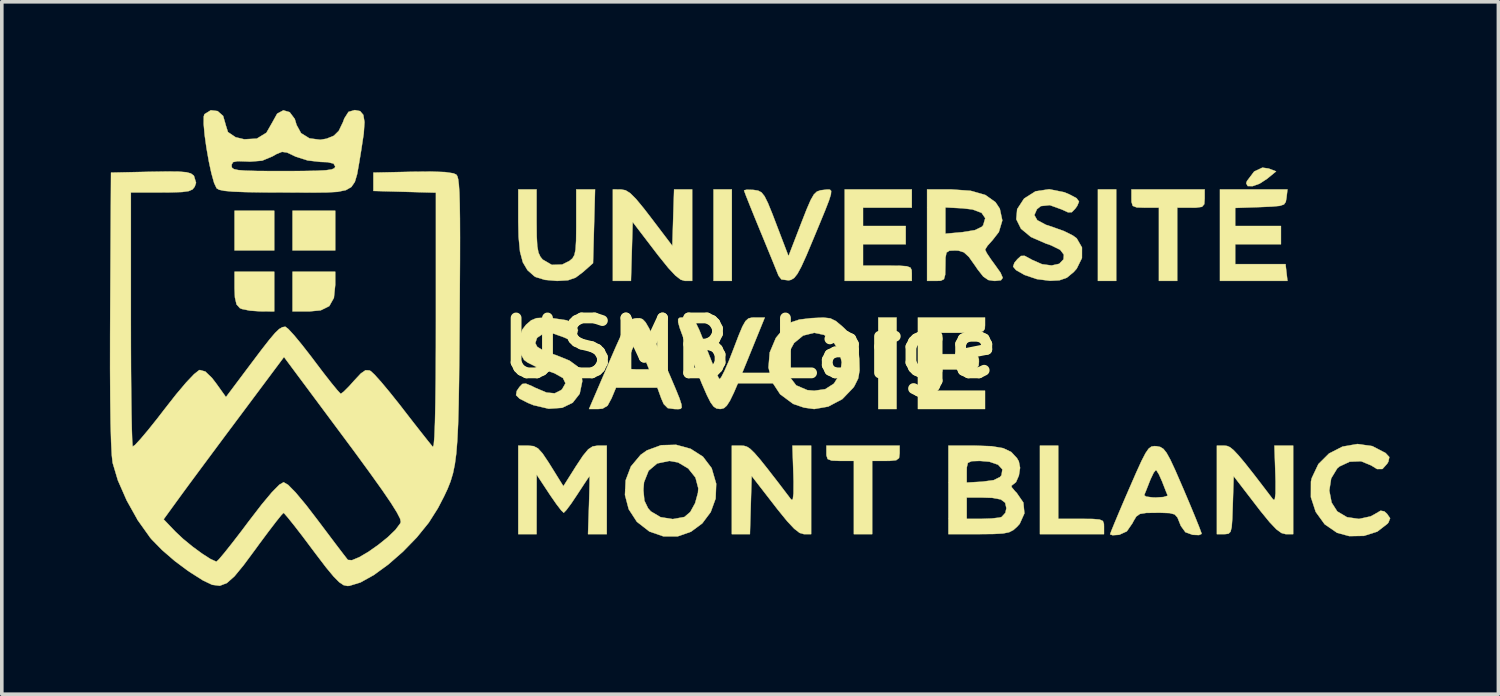
<source format=kicad_pcb>
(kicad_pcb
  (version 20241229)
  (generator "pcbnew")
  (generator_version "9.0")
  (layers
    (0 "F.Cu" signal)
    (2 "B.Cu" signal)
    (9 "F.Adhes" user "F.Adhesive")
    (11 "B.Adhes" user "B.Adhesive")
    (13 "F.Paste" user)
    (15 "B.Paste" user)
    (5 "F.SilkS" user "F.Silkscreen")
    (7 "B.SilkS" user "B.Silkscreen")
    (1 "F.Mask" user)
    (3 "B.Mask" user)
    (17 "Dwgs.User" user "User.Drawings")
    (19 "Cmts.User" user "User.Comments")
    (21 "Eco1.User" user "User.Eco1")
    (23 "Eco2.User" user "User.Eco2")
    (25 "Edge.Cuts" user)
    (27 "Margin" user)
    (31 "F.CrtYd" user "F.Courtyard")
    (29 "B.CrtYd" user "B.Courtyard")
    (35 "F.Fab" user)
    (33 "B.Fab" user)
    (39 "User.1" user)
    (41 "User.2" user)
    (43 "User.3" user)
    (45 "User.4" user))
  (footprint "USMB_Large"
    (layer "F.Cu")
    (at 17.769 6.609)
    (property "Reference" "USMB_Large" (at 0 0 0) (layer "F.SilkS") (effects (font (size 1.524 1.524) (thickness 0.3))))
    (attr through_hole)
    (fp_poly (pts (xy -13.208 -2.709) (xy -14.309 -2.709) (xy -14.309 -3.81) (xy -13.208 -3.81) (xy -13.208 -2.709)) (stroke (width 0.01) (type solid)) (fill yes) (layer "F.SilkS"))
    (fp_poly (pts (xy -11.515 -2.709) (xy -12.7 -2.709) (xy -12.7 -3.81) (xy -11.515 -3.81) (xy -11.515 -2.709)) (stroke (width 0.01) (type solid)) (fill yes) (layer "F.SilkS"))
    (fp_poly (pts (xy -0.508 -1.863) (xy -1.016 -1.863) (xy -1.016 -4.403) (xy -0.508 -4.403) (xy -0.508 -1.863)) (stroke (width 0.01) (type solid)) (fill yes) (layer "F.SilkS"))
    (fp_poly (pts (xy 4.064 1.693) (xy 3.556 1.693) (xy 3.556 -0.847) (xy 4.064 -0.847) (xy 4.064 1.693)) (stroke (width 0.01) (type solid)) (fill yes) (layer "F.SilkS"))
    (fp_poly (pts (xy 10.16 -1.863) (xy 9.652 -1.863) (xy 9.652 -4.403) (xy 10.16 -4.403) (xy 10.16 -1.863)) (stroke (width 0.01) (type solid)) (fill yes) (layer "F.SilkS"))
    (fp_poly (pts (xy -11.515 -1.755) (xy -11.552 -1.393) (xy -11.68 -1.164) (xy -11.919 -1.046) (xy -12.239 -1.016) (xy -12.7 -1.016) (xy -12.7 -2.117) (xy -11.515 -2.117) (xy -11.515 -1.755)) (stroke (width 0.01) (type solid)) (fill yes) (layer "F.SilkS"))
    (fp_poly (pts (xy -13.208 -1.016) (xy -13.61 -1.019) (xy -13.884 -1.038) (xy -14.103 -1.083) (xy -14.161 -1.107) (xy -14.254 -1.21) (xy -14.299 -1.405) (xy -14.309 -1.655) (xy -14.309 -2.117) (xy -13.208 -2.117) (xy -13.208 -1.016)) (stroke (width 0.01) (type solid)) (fill yes) (layer "F.SilkS"))
    (fp_poly (pts (xy 14.39 -4.982) (xy 14.598 -4.903) (xy 14.348 -4.698) (xy 14.139 -4.562) (xy 13.947 -4.493) (xy 13.81 -4.495) (xy 13.767 -4.572) (xy 13.79 -4.636) (xy 13.989 -4.899) (xy 14.217 -5.006) (xy 14.39 -4.982)) (stroke (width 0.01) (type solid)) (fill yes) (layer "F.SilkS"))
    (fp_poly (pts (xy 8.551 4.741) (xy 9.186 4.741) (xy 9.509 4.744) (xy 9.699 4.76) (xy 9.79 4.801) (xy 9.819 4.879) (xy 9.821 4.953) (xy 9.821 5.165) (xy 8.043 5.165) (xy 8.043 2.709) (xy 8.551 2.709) (xy 8.551 4.741)) (stroke (width 0.01) (type solid)) (fill yes) (layer "F.SilkS"))
    (fp_poly (pts (xy 4.149 2.921) (xy 4.133 3.052) (xy 4.055 3.113) (xy 3.87 3.132) (xy 3.768 3.133) (xy 3.387 3.133) (xy 3.387 5.165) (xy 2.879 5.165) (xy 2.879 3.133) (xy 2.498 3.133) (xy 2.263 3.124) (xy 2.151 3.081) (xy 2.118 2.978) (xy 2.117 2.921) (xy 2.117 2.709) (xy 4.149 2.709) (xy 4.149 2.921)) (stroke (width 0.01) (type solid)) (fill yes) (layer "F.SilkS"))
    (fp_poly (pts (xy 12.615 -4.149) (xy 12.604 -3.992) (xy 12.541 -3.919) (xy 12.378 -3.896) (xy 12.234 -3.895) (xy 11.853 -3.895) (xy 11.853 -1.863) (xy 11.345 -1.863) (xy 11.345 -3.895) (xy 10.964 -3.895) (xy 10.73 -3.902) (xy 10.619 -3.945) (xy 10.585 -4.053) (xy 10.583 -4.149) (xy 10.583 -4.403) (xy 12.615 -4.403) (xy 12.615 -4.149)) (stroke (width 0.01) (type solid)) (fill yes) (layer "F.SilkS"))
    (fp_poly (pts (xy 4.487 -3.895) (xy 3.133 -3.895) (xy 3.133 -3.387) (xy 4.318 -3.387) (xy 4.318 -2.879) (xy 3.133 -2.879) (xy 3.133 -2.286) (xy 3.81 -2.286) (xy 4.146 -2.284) (xy 4.347 -2.27) (xy 4.448 -2.233) (xy 4.483 -2.164) (xy 4.487 -2.074) (xy 4.487 -1.863) (xy 2.625 -1.863) (xy 2.625 -4.403) (xy 4.487 -4.403) (xy 4.487 -3.895)) (stroke (width 0.01) (type solid)) (fill yes) (layer "F.SilkS"))
    (fp_poly (pts (xy 14.886 -4.17) (xy 14.866 -4.056) (xy 14.816 -3.985) (xy 14.7 -3.946) (xy 14.484 -3.926) (xy 14.161 -3.912) (xy 13.462 -3.888) (xy 13.462 -3.387) (xy 14.732 -3.387) (xy 14.732 -2.879) (xy 13.462 -2.879) (xy 13.462 -2.603) (xy 13.462 -2.328) (xy 14.859 -2.328) (xy 14.886 -2.095) (xy 14.913 -1.863) (xy 13.039 -1.863) (xy 13.039 -4.403) (xy 14.913 -4.403) (xy 14.886 -4.17)) (stroke (width 0.01) (type solid)) (fill yes) (layer "F.SilkS"))
    (fp_poly (pts (xy -1.609 -1.863) (xy -1.809 -1.863) (xy -1.926 -1.897) (xy -2.073 -2.011) (xy -2.271 -2.223) (xy -2.537 -2.553) (xy -2.635 -2.68) (xy -3.26 -3.498) (xy -3.284 -2.68) (xy -3.308 -1.863) (xy -3.81 -1.863) (xy -3.81 -4.403) (xy -3.577 -4.4) (xy -3.457 -4.378) (xy -3.328 -4.297) (xy -3.167 -4.137) (xy -2.95 -3.874) (xy -2.752 -3.617) (xy -2.159 -2.836) (xy -2.135 -3.619) (xy -2.11 -4.403) (xy -1.609 -4.403) (xy -1.609 -1.863)) (stroke (width 0.01) (type solid)) (fill yes) (layer "F.SilkS"))
    (fp_poly (pts (xy 6.519 -0.635) (xy 6.513 -0.533) (xy 6.471 -0.47) (xy 6.359 -0.437) (xy 6.145 -0.425) (xy 5.8 -0.423) (xy 5.08 -0.423) (xy 5.08 0.169) (xy 5.715 0.169) (xy 6.038 0.172) (xy 6.227 0.188) (xy 6.319 0.229) (xy 6.348 0.307) (xy 6.35 0.381) (xy 6.342 0.489) (xy 6.295 0.552) (xy 6.172 0.582) (xy 5.938 0.592) (xy 5.715 0.593) (xy 5.08 0.593) (xy 5.08 1.185) (xy 6.519 1.185) (xy 6.519 1.693) (xy 4.657 1.693) (xy 4.657 -0.847) (xy 6.519 -0.847) (xy 6.519 -0.635)) (stroke (width 0.01) (type solid)) (fill yes) (layer "F.SilkS"))
    (fp_poly (pts (xy -0.171 2.714) (xy -0.09 2.738) (xy 0.001 2.797) (xy 0.118 2.91) (xy 0.276 3.092) (xy 0.489 3.359) (xy 0.775 3.728) (xy 1.143 4.211) (xy 1.184 4.201) (xy 1.204 4.034) (xy 1.206 3.706) (xy 1.201 3.516) (xy 1.174 2.709) (xy 1.693 2.709) (xy 1.693 5.165) (xy 1.492 5.165) (xy 1.374 5.131) (xy 1.225 5.016) (xy 1.025 4.803) (xy 0.756 4.472) (xy 0.667 4.357) (xy 0.042 3.55) (xy 0.018 4.357) (xy -0.006 5.165) (xy -0.508 5.165) (xy -0.508 2.709) (xy -0.258 2.709) (xy -0.171 2.714)) (stroke (width 0.01) (type solid)) (fill yes) (layer "F.SilkS"))
    (fp_poly (pts (xy 13.238 2.718) (xy 13.318 2.753) (xy 13.417 2.833) (xy 13.55 2.974) (xy 13.732 3.191) (xy 13.977 3.501) (xy 14.3 3.922) (xy 14.52 4.211) (xy 14.561 4.201) (xy 14.582 4.034) (xy 14.583 3.706) (xy 14.578 3.516) (xy 14.551 2.709) (xy 15.071 2.709) (xy 15.071 5.165) (xy 14.863 5.165) (xy 14.746 5.134) (xy 14.604 5.03) (xy 14.416 4.832) (xy 14.162 4.521) (xy 14.038 4.36) (xy 13.42 3.556) (xy 13.395 4.36) (xy 13.382 4.733) (xy 13.365 4.968) (xy 13.333 5.097) (xy 13.278 5.152) (xy 13.191 5.164) (xy 13.163 5.165) (xy 12.954 5.165) (xy 12.954 2.709) (xy 13.162 2.709) (xy 13.238 2.718)) (stroke (width 0.01) (type solid)) (fill yes) (layer "F.SilkS"))
    (fp_poly (pts (xy -5.927 -3.514) (xy -5.923 -3.104) (xy -5.908 -2.828) (xy -5.875 -2.648) (xy -5.819 -2.529) (xy -5.757 -2.455) (xy -5.504 -2.308) (xy -5.216 -2.317) (xy -5.014 -2.418) (xy -4.931 -2.488) (xy -4.877 -2.582) (xy -4.845 -2.733) (xy -4.83 -2.976) (xy -4.826 -3.345) (xy -4.826 -3.476) (xy -4.826 -4.403) (xy -4.304 -4.403) (xy -4.332 -3.38) (xy -4.36 -2.356) (xy -4.637 -2.11) (xy -4.843 -1.955) (xy -5.054 -1.881) (xy -5.352 -1.863) (xy -5.359 -1.863) (xy -5.695 -1.892) (xy -5.949 -1.969) (xy -5.993 -1.995) (xy -6.18 -2.162) (xy -6.308 -2.379) (xy -6.387 -2.676) (xy -6.426 -3.084) (xy -6.435 -3.509) (xy -6.435 -4.403) (xy -5.927 -4.403) (xy -5.927 -3.514)) (stroke (width 0.01) (type solid)) (fill yes) (layer "F.SilkS"))
    (fp_poly (pts (xy -6.009 2.723) (xy -5.888 2.786) (xy -5.76 2.927) (xy -5.593 3.176) (xy -5.533 3.272) (xy -5.183 3.835) (xy -4.828 3.272) (xy -4.636 2.983) (xy -4.494 2.812) (xy -4.37 2.731) (xy -4.232 2.709) (xy -4.226 2.709) (xy -3.979 2.709) (xy -3.979 5.165) (xy -4.499 5.165) (xy -4.472 4.36) (xy -4.462 4.015) (xy -4.456 3.743) (xy -4.455 3.583) (xy -4.457 3.556) (xy -4.505 3.621) (xy -4.62 3.794) (xy -4.779 4.037) (xy -4.796 4.063) (xy -4.963 4.313) (xy -5.098 4.494) (xy -5.172 4.571) (xy -5.175 4.571) (xy -5.243 4.506) (xy -5.376 4.333) (xy -5.547 4.087) (xy -5.576 4.043) (xy -5.925 3.514) (xy -5.927 5.165) (xy -6.435 5.165) (xy -6.435 2.709) (xy -6.159 2.709) (xy -6.009 2.723)) (stroke (width 0.01) (type solid)) (fill yes) (layer "F.SilkS"))
    (fp_poly (pts (xy 17.267 2.722) (xy 17.637 2.915) (xy 17.74 3.027) (xy 17.713 3.155) (xy 17.681 3.21) (xy 17.549 3.357) (xy 17.4 3.359) (xy 17.235 3.257) (xy 16.955 3.142) (xy 16.639 3.155) (xy 16.353 3.289) (xy 16.294 3.34) (xy 16.126 3.618) (xy 16.074 3.955) (xy 16.138 4.289) (xy 16.294 4.534) (xy 16.565 4.695) (xy 16.897 4.743) (xy 17.223 4.672) (xy 17.346 4.604) (xy 17.498 4.515) (xy 17.601 4.534) (xy 17.675 4.6) (xy 17.762 4.724) (xy 17.715 4.844) (xy 17.688 4.877) (xy 17.406 5.095) (xy 17.035 5.213) (xy 16.63 5.22) (xy 16.291 5.129) (xy 15.946 4.892) (xy 15.697 4.548) (xy 15.563 4.138) (xy 15.565 3.707) (xy 15.587 3.609) (xy 15.771 3.221) (xy 16.068 2.926) (xy 16.441 2.736) (xy 16.852 2.664) (xy 17.267 2.722)) (stroke (width 0.01) (type solid)) (fill yes) (layer "F.SilkS"))
    (fp_poly (pts (xy -1.653 2.796) (xy -1.31 3.015) (xy -1.07 3.331) (xy -1.067 3.337) (xy -0.942 3.766) (xy -0.958 4.179) (xy -1.094 4.553) (xy -1.329 4.867) (xy -1.641 5.098) (xy -2.008 5.226) (xy -2.409 5.226) (xy -2.795 5.093) (xy -3.143 4.823) (xy -3.37 4.473) (xy -3.474 4.077) (xy -3.467 3.937) (xy -2.963 3.937) (xy -2.935 4.235) (xy -2.833 4.446) (xy -2.756 4.534) (xy -2.487 4.694) (xy -2.149 4.748) (xy -1.824 4.689) (xy -1.662 4.551) (xy -1.527 4.306) (xy -1.448 4.017) (xy -1.439 3.892) (xy -1.517 3.595) (xy -1.719 3.342) (xy -2.001 3.175) (xy -2.241 3.133) (xy -2.579 3.203) (xy -2.818 3.405) (xy -2.945 3.725) (xy -2.963 3.937) (xy -3.467 3.937) (xy -3.454 3.67) (xy -3.309 3.287) (xy -3.039 2.964) (xy -2.865 2.841) (xy -2.473 2.697) (xy -2.055 2.686) (xy -1.653 2.796)) (stroke (width 0.01) (type solid)) (fill yes) (layer "F.SilkS"))
    (fp_poly (pts (xy -1.794 -0.847) (xy -1.676 -0.839) (xy -1.586 -0.796) (xy -1.502 -0.689) (xy -1.407 -0.491) (xy -1.28 -0.173) (xy -1.222 -0.021) (xy -1.086 0.327) (xy -0.969 0.616) (xy -0.885 0.807) (xy -0.854 0.865) (xy -0.805 0.816) (xy -0.713 0.637) (xy -0.591 0.357) (xy -0.467 0.04) (xy -0.32 -0.345) (xy -0.214 -0.598) (xy -0.129 -0.748) (xy -0.047 -0.821) (xy 0.051 -0.845) (xy 0.137 -0.847) (xy 0.407 -0.847) (xy -0.11 0.423) (xy -0.305 0.898) (xy -0.451 1.238) (xy -0.561 1.464) (xy -0.649 1.6) (xy -0.726 1.668) (xy -0.807 1.69) (xy -0.842 1.691) (xy -0.933 1.678) (xy -1.013 1.625) (xy -1.099 1.508) (xy -1.203 1.302) (xy -1.341 0.985) (xy -1.511 0.569) (xy -1.715 0.065) (xy -1.861 -0.303) (xy -1.954 -0.557) (xy -1.998 -0.716) (xy -1.998 -0.804) (xy -1.957 -0.841) (xy -1.88 -0.848) (xy -1.794 -0.847)) (stroke (width 0.01) (type solid)) (fill yes) (layer "F.SilkS"))
    (fp_poly (pts (xy 2.213 -4.397) (xy 2.249 -4.36) (xy 2.242 -4.266) (xy 2.189 -4.096) (xy 2.085 -3.828) (xy 1.926 -3.441) (xy 1.745 -3.006) (xy 1.56 -2.565) (xy 1.421 -2.259) (xy 1.314 -2.061) (xy 1.224 -1.947) (xy 1.137 -1.893) (xy 1.067 -1.878) (xy 0.868 -1.904) (xy 0.789 -2.005) (xy 0.736 -2.137) (xy 0.633 -2.392) (xy 0.492 -2.736) (xy 0.328 -3.136) (xy 0.281 -3.249) (xy 0.118 -3.646) (xy -0.018 -3.983) (xy -0.117 -4.232) (xy -0.166 -4.364) (xy -0.169 -4.376) (xy -0.096 -4.394) (xy 0.083 -4.389) (xy 0.102 -4.387) (xy 0.222 -4.368) (xy 0.315 -4.319) (xy 0.4 -4.213) (xy 0.495 -4.022) (xy 0.619 -3.718) (xy 0.719 -3.456) (xy 1.065 -2.551) (xy 1.414 -3.456) (xy 1.567 -3.846) (xy 1.679 -4.105) (xy 1.769 -4.262) (xy 1.855 -4.343) (xy 1.956 -4.378) (xy 2.032 -4.387) (xy 2.139 -4.4) (xy 2.213 -4.397)) (stroke (width 0.01) (type solid)) (fill yes) (layer "F.SilkS"))
    (fp_poly (pts (xy -2.983 -0.799) (xy -2.902 -0.714) (xy -2.806 -0.549) (xy -2.68 -0.284) (xy -2.509 0.107) (xy -2.437 0.273) (xy -2.219 0.778) (xy -2.062 1.147) (xy -1.959 1.402) (xy -1.907 1.563) (xy -1.899 1.652) (xy -1.932 1.689) (xy -2 1.696) (xy -2.099 1.693) (xy -2.102 1.693) (xy -2.287 1.667) (xy -2.399 1.554) (xy -2.467 1.397) (xy -2.574 1.101) (xy -3.723 1.101) (xy -3.847 1.397) (xy -3.957 1.6) (xy -4.095 1.682) (xy -4.222 1.693) (xy -4.472 1.693) (xy -3.976 0.539) (xy -3.444 0.539) (xy -3.361 0.582) (xy -3.146 0.593) (xy -2.803 0.593) (xy -2.933 0.275) (xy -3.055 0.007) (xy -3.145 -0.107) (xy -3.219 -0.079) (xy -3.283 0.057) (xy -3.367 0.284) (xy -3.429 0.445) (xy -3.444 0.539) (xy -3.976 0.539) (xy -3.936 0.445) (xy -3.732 -0.024) (xy -3.58 -0.36) (xy -3.464 -0.584) (xy -3.372 -0.721) (xy -3.288 -0.793) (xy -3.2 -0.822) (xy -3.16 -0.827) (xy -3.064 -0.829) (xy -2.983 -0.799)) (stroke (width 0.01) (type solid)) (fill yes) (layer "F.SilkS"))
    (fp_poly (pts (xy 2.225 -0.824) (xy 2.382 -0.747) (xy 2.566 -0.592) (xy 2.633 -0.529) (xy 2.841 -0.321) (xy 2.954 -0.143) (xy 3.007 0.077) (xy 3.028 0.306) (xy 3.037 0.622) (xy 2.999 0.844) (xy 2.899 1.046) (xy 2.863 1.101) (xy 2.558 1.418) (xy 2.167 1.625) (xy 1.778 1.693) (xy 1.495 1.653) (xy 1.207 1.555) (xy 1.187 1.545) (xy 0.834 1.284) (xy 0.607 0.938) (xy 0.509 0.54) (xy 0.519 0.421) (xy 1.016 0.421) (xy 1.084 0.782) (xy 1.278 1.036) (xy 1.587 1.168) (xy 1.778 1.185) (xy 2.084 1.142) (xy 2.316 0.994) (xy 2.332 0.978) (xy 2.501 0.705) (xy 2.542 0.393) (xy 2.469 0.083) (xy 2.3 -0.184) (xy 2.05 -0.366) (xy 1.778 -0.423) (xy 1.471 -0.346) (xy 1.219 -0.139) (xy 1.057 0.159) (xy 1.016 0.421) (xy 0.519 0.421) (xy 0.544 0.123) (xy 0.714 -0.28) (xy 0.968 -0.589) (xy 1.144 -0.716) (xy 1.366 -0.79) (xy 1.694 -0.829) (xy 1.732 -0.831) (xy 2.03 -0.845) (xy 2.225 -0.824)) (stroke (width 0.01) (type solid)) (fill yes) (layer "F.SilkS"))
    (fp_poly (pts (xy 5.567 -4.403) (xy 6.119 -4.364) (xy 6.529 -4.247) (xy 6.81 -4.047) (xy 6.929 -3.867) (xy 6.999 -3.541) (xy 6.903 -3.22) (xy 6.728 -2.995) (xy 6.588 -2.839) (xy 6.523 -2.734) (xy 6.522 -2.727) (xy 6.57 -2.63) (xy 6.691 -2.45) (xy 6.776 -2.334) (xy 6.949 -2.091) (xy 7.011 -1.948) (xy 6.961 -1.881) (xy 6.799 -1.863) (xy 6.774 -1.863) (xy 6.61 -1.888) (xy 6.469 -1.985) (xy 6.309 -2.189) (xy 6.245 -2.284) (xy 6.072 -2.528) (xy 5.933 -2.656) (xy 5.782 -2.703) (xy 5.694 -2.708) (xy 5.531 -2.701) (xy 5.45 -2.649) (xy 5.422 -2.509) (xy 5.419 -2.286) (xy 5.413 -2.035) (xy 5.379 -1.91) (xy 5.29 -1.867) (xy 5.165 -1.863) (xy 4.911 -1.863) (xy 4.911 -3.173) (xy 5.419 -3.173) (xy 5.897 -3.216) (xy 6.239 -3.272) (xy 6.432 -3.366) (xy 6.468 -3.408) (xy 6.525 -3.604) (xy 6.424 -3.752) (xy 6.17 -3.846) (xy 5.897 -3.878) (xy 5.419 -3.903) (xy 5.419 -3.173) (xy 4.911 -3.173) (xy 4.911 -4.403) (xy 5.567 -4.403)) (stroke (width 0.01) (type solid)) (fill yes) (layer "F.SilkS"))
    (fp_poly (pts (xy -5.495 -0.83) (xy -5.094 -0.77) (xy -4.855 -0.659) (xy -4.777 -0.497) (xy -4.821 -0.348) (xy -4.9 -0.232) (xy -4.997 -0.22) (xy -5.164 -0.296) (xy -5.474 -0.406) (xy -5.734 -0.403) (xy -5.907 -0.288) (xy -5.922 -0.263) (xy -5.962 -0.136) (xy -5.909 -0.033) (xy -5.742 0.067) (xy -5.436 0.182) (xy -5.383 0.199) (xy -5.014 0.349) (xy -4.788 0.514) (xy -4.68 0.723) (xy -4.659 0.923) (xy -4.731 1.27) (xy -4.925 1.518) (xy -5.218 1.659) (xy -5.589 1.685) (xy -6.016 1.585) (xy -6.16 1.526) (xy -6.398 1.406) (xy -6.497 1.307) (xy -6.477 1.191) (xy -6.403 1.082) (xy -6.322 0.997) (xy -6.226 0.987) (xy -6.06 1.055) (xy -5.965 1.103) (xy -5.65 1.236) (xy -5.423 1.257) (xy -5.246 1.168) (xy -5.217 1.141) (xy -5.125 0.978) (xy -5.195 0.832) (xy -5.43 0.7) (xy -5.648 0.626) (xy -5.937 0.523) (xy -6.177 0.402) (xy -6.274 0.33) (xy -6.413 0.082) (xy -6.428 -0.219) (xy -6.323 -0.513) (xy -6.217 -0.649) (xy -6.075 -0.771) (xy -5.928 -0.83) (xy -5.714 -0.842) (xy -5.495 -0.83)) (stroke (width 0.01) (type solid)) (fill yes) (layer "F.SilkS"))
    (fp_poly (pts (xy 8.717 -4.324) (xy 8.856 -4.266) (xy 9.061 -4.157) (xy 9.128 -4.065) (xy 9.077 -3.943) (xy 9.022 -3.867) (xy 8.928 -3.77) (xy 8.823 -3.766) (xy 8.648 -3.846) (xy 8.316 -3.966) (xy 8.068 -3.939) (xy 7.96 -3.853) (xy 7.888 -3.69) (xy 7.969 -3.548) (xy 8.208 -3.42) (xy 8.422 -3.349) (xy 8.714 -3.244) (xy 8.959 -3.121) (xy 9.063 -3.045) (xy 9.21 -2.791) (xy 9.209 -2.498) (xy 9.065 -2.205) (xy 8.981 -2.11) (xy 8.789 -1.951) (xy 8.586 -1.88) (xy 8.325 -1.866) (xy 7.958 -1.913) (xy 7.622 -2.026) (xy 7.599 -2.038) (xy 7.38 -2.163) (xy 7.298 -2.259) (xy 7.334 -2.365) (xy 7.416 -2.464) (xy 7.516 -2.555) (xy 7.616 -2.559) (xy 7.781 -2.472) (xy 7.818 -2.45) (xy 8.101 -2.326) (xy 8.367 -2.291) (xy 8.579 -2.338) (xy 8.698 -2.462) (xy 8.707 -2.592) (xy 8.606 -2.725) (xy 8.351 -2.851) (xy 8.212 -2.899) (xy 7.794 -3.081) (xy 7.517 -3.311) (xy 7.387 -3.574) (xy 7.411 -3.854) (xy 7.596 -4.138) (xy 7.613 -4.155) (xy 7.922 -4.35) (xy 8.301 -4.407) (xy 8.717 -4.324)) (stroke (width 0.01) (type solid)) (fill yes) (layer "F.SilkS"))
    (fp_poly (pts (xy 6.702 2.725) (xy 7.024 2.78) (xy 7.247 2.886) (xy 7.405 3.056) (xy 7.457 3.145) (xy 7.492 3.324) (xy 7.459 3.538) (xy 7.379 3.722) (xy 7.27 3.809) (xy 7.259 3.81) (xy 7.256 3.859) (xy 7.356 3.979) (xy 7.396 4.018) (xy 7.583 4.289) (xy 7.612 4.588) (xy 7.483 4.877) (xy 7.412 4.957) (xy 7.305 5.052) (xy 7.186 5.113) (xy 7.016 5.147) (xy 6.757 5.161) (xy 6.37 5.165) (xy 6.354 5.165) (xy 5.503 5.165) (xy 5.503 4.149) (xy 6.011 4.149) (xy 6.011 4.741) (xy 6.428 4.741) (xy 6.701 4.731) (xy 6.917 4.706) (xy 6.978 4.69) (xy 7.084 4.574) (xy 7.112 4.445) (xy 7.078 4.293) (xy 6.957 4.202) (xy 6.719 4.158) (xy 6.428 4.149) (xy 6.011 4.149) (xy 5.503 4.149) (xy 5.503 3.433) (xy 6.011 3.433) (xy 6.011 3.734) (xy 6.447 3.709) (xy 6.759 3.667) (xy 6.936 3.579) (xy 6.976 3.53) (xy 7.001 3.368) (xy 6.881 3.238) (xy 6.639 3.155) (xy 6.376 3.133) (xy 6.149 3.14) (xy 6.043 3.187) (xy 6.013 3.313) (xy 6.011 3.433) (xy 5.503 3.433) (xy 5.503 2.709) (xy 6.246 2.709) (xy 6.702 2.725)) (stroke (width 0.01) (type solid)) (fill yes) (layer "F.SilkS"))
    (fp_poly (pts (xy 11.285 2.726) (xy 11.383 2.746) (xy 11.469 2.799) (xy 11.557 2.908) (xy 11.662 3.098) (xy 11.799 3.392) (xy 11.982 3.813) (xy 12.03 3.924) (xy 12.205 4.337) (xy 12.353 4.694) (xy 12.463 4.968) (xy 12.523 5.129) (xy 12.531 5.158) (xy 12.458 5.191) (xy 12.284 5.184) (xy 12.279 5.183) (xy 12.08 5.111) (xy 11.954 4.937) (xy 11.923 4.859) (xy 11.86 4.703) (xy 11.781 4.617) (xy 11.642 4.581) (xy 11.394 4.572) (xy 11.285 4.572) (xy 10.992 4.576) (xy 10.819 4.604) (xy 10.717 4.675) (xy 10.636 4.811) (xy 10.612 4.86) (xy 10.455 5.087) (xy 10.245 5.183) (xy 10.233 5.184) (xy 10.06 5.195) (xy 9.99 5.171) (xy 10.022 5.081) (xy 10.111 4.863) (xy 10.244 4.545) (xy 10.41 4.156) (xy 10.441 4.085) (xy 10.937 4.085) (xy 10.993 4.124) (xy 11.169 4.146) (xy 11.261 4.149) (xy 11.47 4.135) (xy 11.58 4.102) (xy 11.585 4.085) (xy 11.538 3.971) (xy 11.458 3.767) (xy 11.434 3.704) (xy 11.345 3.505) (xy 11.275 3.394) (xy 11.261 3.387) (xy 11.201 3.458) (xy 11.116 3.635) (xy 11.088 3.704) (xy 11.003 3.921) (xy 10.944 4.067) (xy 10.937 4.085) (xy 10.441 4.085) (xy 10.516 3.912) (xy 10.716 3.454) (xy 10.864 3.13) (xy 10.974 2.917) (xy 11.06 2.793) (xy 11.138 2.735) (xy 11.221 2.722) (xy 11.285 2.726)) (stroke (width 0.01) (type solid)) (fill yes) (layer "F.SilkS"))
    (fp_poly (pts (xy -10.824 -6.575) (xy -10.736 -6.471) (xy -10.703 -6.272) (xy -10.724 -5.955) (xy -10.793 -5.498) (xy -10.795 -5.485) (xy -10.857 -5.108) (xy -10.908 -4.822) (xy -10.97 -4.613) (xy -11.066 -4.471) (xy -11.218 -4.383) (xy -11.448 -4.335) (xy -11.778 -4.317) (xy -12.23 -4.315) (xy -12.827 -4.318) (xy -12.899 -4.318) (xy -13.529 -4.32) (xy -14.009 -4.328) (xy -14.357 -4.341) (xy -14.593 -4.363) (xy -14.737 -4.393) (xy -14.806 -4.433) (xy -14.807 -4.434) (xy -14.877 -4.583) (xy -14.951 -4.848) (xy -14.997 -5.059) (xy -14.393 -5.059) (xy -14.381 -5.005) (xy -14.327 -4.965) (xy -14.208 -4.939) (xy -14.002 -4.923) (xy -13.685 -4.914) (xy -13.233 -4.911) (xy -12.954 -4.911) (xy -12.421 -4.913) (xy -12.034 -4.92) (xy -11.773 -4.934) (xy -11.614 -4.957) (xy -11.535 -4.992) (xy -11.515 -5.038) (xy -11.562 -5.119) (xy -11.724 -5.158) (xy -11.92 -5.165) (xy -12.279 -5.206) (xy -12.613 -5.312) (xy -12.645 -5.328) (xy -12.853 -5.426) (xy -12.992 -5.445) (xy -13.143 -5.385) (xy -13.256 -5.32) (xy -13.544 -5.2) (xy -13.883 -5.173) (xy -13.97 -5.178) (xy -14.225 -5.186) (xy -14.352 -5.159) (xy -14.392 -5.085) (xy -14.393 -5.059) (xy -14.997 -5.059) (xy -15.024 -5.186) (xy -15.089 -5.555) (xy -15.139 -5.913) (xy -15.166 -6.218) (xy -15.164 -6.427) (xy -15.144 -6.49) (xy -14.968 -6.599) (xy -14.779 -6.576) (xy -14.627 -6.442) (xy -14.563 -6.223) (xy -14.563 -6.216) (xy -14.493 -5.994) (xy -14.28 -5.85) (xy -14.041 -5.793) (xy -13.692 -5.812) (xy -13.425 -5.975) (xy -13.26 -6.264) (xy -13.127 -6.504) (xy -12.955 -6.597) (xy -12.78 -6.546) (xy -12.638 -6.357) (xy -12.588 -6.191) (xy -12.464 -5.964) (xy -12.23 -5.819) (xy -11.93 -5.78) (xy -11.754 -5.81) (xy -11.553 -5.892) (xy -11.416 -6.028) (xy -11.301 -6.267) (xy -11.263 -6.371) (xy -11.147 -6.554) (xy -10.972 -6.604) (xy -10.824 -6.575)) (stroke (width 0.01) (type solid)) (fill yes) (layer "F.SilkS"))
    (fp_poly (pts (xy -15.857 -4.896) (xy -15.648 -4.879) (xy -15.522 -4.845) (xy -15.449 -4.792) (xy -15.435 -4.775) (xy -15.378 -4.586) (xy -15.416 -4.476) (xy -15.474 -4.403) (xy -15.579 -4.356) (xy -15.763 -4.33) (xy -16.06 -4.32) (xy -16.344 -4.318) (xy -17.187 -4.318) (xy -17.187 -0.818) (xy -17.186 -0.065) (xy -17.183 0.636) (xy -17.177 1.265) (xy -17.17 1.805) (xy -17.161 2.238) (xy -17.151 2.546) (xy -17.14 2.711) (xy -17.135 2.733) (xy -17.069 2.688) (xy -16.92 2.527) (xy -16.707 2.274) (xy -16.447 1.949) (xy -16.263 1.71) (xy -15.933 1.289) (xy -15.652 0.956) (xy -15.434 0.727) (xy -15.295 0.617) (xy -15.274 0.61) (xy -15.121 0.652) (xy -14.937 0.829) (xy -14.826 0.973) (xy -14.548 1.361) (xy -13.863 0.448) (xy -13.562 0.049) (xy -13.342 -0.233) (xy -13.184 -0.419) (xy -13.071 -0.527) (xy -12.983 -0.578) (xy -12.903 -0.591) (xy -12.899 -0.591) (xy -12.816 -0.527) (xy -12.654 -0.351) (xy -12.436 -0.087) (xy -12.182 0.239) (xy -12.107 0.339) (xy -11.851 0.677) (xy -11.629 0.961) (xy -11.462 1.165) (xy -11.37 1.264) (xy -11.36 1.27) (xy -11.28 1.211) (xy -11.129 1.06) (xy -10.995 0.91) (xy -10.804 0.706) (xy -10.675 0.617) (xy -10.569 0.621) (xy -10.527 0.642) (xy -10.421 0.741) (xy -10.236 0.947) (xy -9.996 1.235) (xy -9.724 1.576) (xy -9.629 1.699) (xy -9.357 2.05) (xy -9.117 2.356) (xy -8.932 2.59) (xy -8.821 2.726) (xy -8.803 2.745) (xy -8.781 2.685) (xy -8.762 2.459) (xy -8.747 2.072) (xy -8.735 1.525) (xy -8.726 0.825) (xy -8.722 -0.027) (xy -8.721 -0.742) (xy -8.721 -4.312) (xy -9.588 -4.336) (xy -10.456 -4.36) (xy -10.456 -4.868) (xy -9.367 -4.892) (xy -8.838 -4.897) (xy -8.465 -4.883) (xy -8.237 -4.849) (xy -8.156 -4.814) (xy -8.126 -4.77) (xy -8.102 -4.681) (xy -8.084 -4.533) (xy -8.069 -4.313) (xy -8.06 -4.005) (xy -8.054 -3.596) (xy -8.052 -3.072) (xy -8.053 -2.418) (xy -8.058 -1.621) (xy -8.063 -0.853) (xy -8.071 0.099) (xy -8.079 0.899) (xy -8.09 1.565) (xy -8.105 2.113) (xy -8.127 2.562) (xy -8.156 2.927) (xy -8.196 3.228) (xy -8.248 3.48) (xy -8.315 3.702) (xy -8.398 3.911) (xy -8.498 4.123) (xy -8.619 4.357) (xy -8.665 4.445) (xy -8.919 4.846) (xy -9.252 5.257) (xy -9.636 5.652) (xy -10.043 6.008) (xy -10.446 6.301) (xy -10.815 6.506) (xy -11.124 6.6) (xy -11.179 6.603) (xy -11.282 6.581) (xy -11.402 6.501) (xy -11.558 6.344) (xy -11.768 6.091) (xy -12.049 5.722) (xy -12.15 5.588) (xy -12.416 5.233) (xy -12.648 4.933) (xy -12.826 4.711) (xy -12.931 4.59) (xy -12.951 4.575) (xy -13.014 4.641) (xy -13.158 4.82) (xy -13.363 5.088) (xy -13.612 5.422) (xy -13.735 5.591) (xy -14.058 6.027) (xy -14.311 6.335) (xy -14.522 6.522) (xy -14.719 6.598) (xy -14.93 6.571) (xy -15.185 6.45) (xy -15.51 6.244) (xy -15.615 6.174) (xy -15.968 5.911) (xy -16.321 5.606) (xy -16.606 5.315) (xy -16.65 5.264) (xy -16.994 4.781) (xy -17.009 4.754) (xy -16.278 4.754) (xy -15.95 5.097) (xy -15.736 5.298) (xy -15.476 5.511) (xy -15.21 5.706) (xy -14.98 5.854) (xy -14.827 5.924) (xy -14.809 5.927) (xy -14.741 5.862) (xy -14.591 5.684) (xy -14.377 5.415) (xy -14.117 5.078) (xy -13.928 4.826) (xy -13.559 4.346) (xy -13.27 4) (xy -13.064 3.792) (xy -12.948 3.725) (xy -12.824 3.797) (xy -12.616 4.008) (xy -12.327 4.354) (xy -12.013 4.763) (xy -11.738 5.128) (xy -11.496 5.449) (xy -11.307 5.697) (xy -11.189 5.849) (xy -11.163 5.881) (xy -11.051 5.889) (xy -10.85 5.806) (xy -10.594 5.656) (xy -10.319 5.462) (xy -10.057 5.251) (xy -9.844 5.046) (xy -9.713 4.871) (xy -9.695 4.83) (xy -9.713 4.739) (xy -9.801 4.567) (xy -9.966 4.302) (xy -10.215 3.937) (xy -10.554 3.463) (xy -10.987 2.87) (xy -11.291 2.461) (xy -12.937 0.249) (xy -14.164 1.892) (xy -14.538 2.392) (xy -14.906 2.887) (xy -15.246 3.345) (xy -15.538 3.739) (xy -15.76 4.041) (xy -15.835 4.144) (xy -16.278 4.754) (xy -17.009 4.754) (xy -17.303 4.229) (xy -17.548 3.671) (xy -17.693 3.185) (xy -17.716 2.976) (xy -17.735 2.605) (xy -17.75 2.078) (xy -17.759 1.403) (xy -17.764 0.585) (xy -17.763 -0.368) (xy -17.76 -1.058) (xy -17.738 -4.868) (xy -16.638 -4.892) (xy -16.177 -4.899) (xy -15.857 -4.896)) (stroke (width 0.01) (type solid)) (fill yes) (layer "F.SilkS")))
  (gr_rect
    (start -3 -3)
    (end 38.536 16.217)
    (stroke (width 0.1) (type default))
    (fill no)
    (layer "Edge.Cuts")))
</source>
